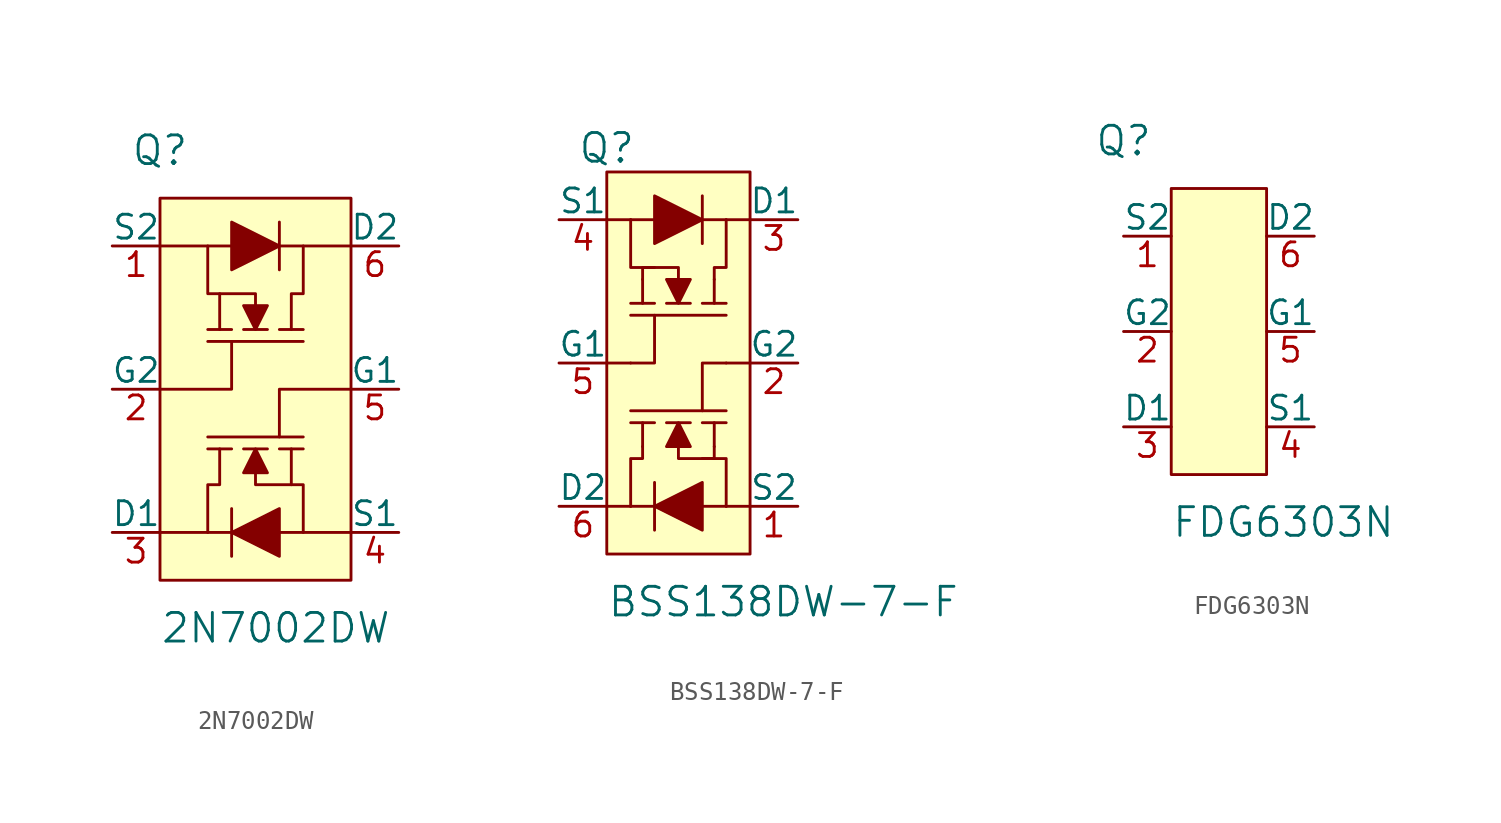
<source format=kicad_sym>
(kicad_symbol_lib
  (version 20211014)
  (generator kicad_symbol_editor)
  (symbol "2N7002DW"
    (pin_names
      (offset 0))
    (property "Reference" "Q"
      (at -5.08 10.16 0)
      (effects (font (size 1.524 1.524))))
    (property "Value" "2N7002DW"
      (at -5.08 -15.24 0)
      (effects (font (size 1.524 1.524)) (justify left)))
    (symbol "2N7002DW_0_1"
      (rectangle (start -5.08 7.62) (end 5.08 -12.7) (stroke (width 0) (type default) (color 0 0 0 0)) (fill (type background)))
      (polyline (pts (xy -2.54 -10.16) (xy -5.08 -10.16)) (stroke (width 0) (type default) (color 0 0 0 0)) (fill (type none)))
      (polyline (pts (xy -2.54 -5.08) (xy 2.54 -5.08)) (stroke (width 0) (type default) (color 0 0 0 0)) (fill (type none)))
      (polyline (pts (xy -2.54 5.08) (xy -5.08 5.08)) (stroke (width 0) (type default) (color 0 0 0 0)) (fill (type none)))
      (polyline (pts (xy -1.27 -11.43) (xy -1.27 -8.89)) (stroke (width 0) (type default) (color 0 0 0 0)) (fill (type none)))
      (polyline (pts (xy -1.27 -5.715) (xy -2.54 -5.715)) (stroke (width 0) (type default) (color 0 0 0 0)) (fill (type none)))
      (polyline (pts (xy -1.27 0.635) (xy -2.54 0.635)) (stroke (width 0) (type default) (color 0 0 0 0)) (fill (type none)))
      (polyline (pts (xy -0.635 0.635) (xy 0.635 0.635)) (stroke (width 0) (type default) (color 0 0 0 0)) (fill (type none)))
      (polyline (pts (xy 0.635 -5.715) (xy -0.635 -5.715)) (stroke (width 0) (type default) (color 0 0 0 0)) (fill (type none)))
      (polyline (pts (xy 1.27 -5.715) (xy 2.54 -5.715)) (stroke (width 0) (type default) (color 0 0 0 0)) (fill (type none)))
      (polyline (pts (xy 1.27 0.635) (xy 2.54 0.635)) (stroke (width 0) (type default) (color 0 0 0 0)) (fill (type none)))
      (polyline (pts (xy 1.27 6.35) (xy 1.27 3.81)) (stroke (width 0) (type default) (color 0 0 0 0)) (fill (type none)))
      (polyline (pts (xy 2.54 -10.16) (xy 5.08 -10.16)) (stroke (width 0) (type default) (color 0 0 0 0)) (fill (type none)))
      (polyline (pts (xy 2.54 0) (xy -2.54 0)) (stroke (width 0) (type default) (color 0 0 0 0)) (fill (type none)))
      (polyline (pts (xy 2.54 5.08) (xy 5.08 5.08)) (stroke (width 0) (type default) (color 0 0 0 0)) (fill (type none)))
      (polyline (pts (xy -1.27 0) (xy -1.27 -2.54) (xy -5.08 -2.54)) (stroke (width 0) (type default) (color 0 0 0 0)) (fill (type none)))
      (polyline (pts (xy 1.27 -5.08) (xy 1.27 -2.54) (xy 5.08 -2.54)) (stroke (width 0) (type default) (color 0 0 0 0)) (fill (type none)))
      (polyline (pts (xy -1.905 2.54) (xy -2.54 2.54) (xy -2.54 5.08) (xy -1.27 5.08)) (stroke (width 0) (type default) (color 0 0 0 0)) (fill (type none)))
      (polyline (pts (xy -1.27 6.35) (xy -1.27 3.81) (xy 1.27 5.08) (xy -1.27 6.35)) (stroke (width 0) (type default) (color 0 0 0 0)) (fill (type outline)))
      (polyline (pts (xy -0.635 1.905) (xy 0 0.635) (xy 0.635 1.905) (xy -0.635 1.905)) (stroke (width 0) (type default) (color 0 0 0 0)) (fill (type outline)))
      (polyline (pts (xy 0 -6.985) (xy 0 -7.62) (xy 1.905 -7.62) (xy 1.905 -5.715)) (stroke (width 0) (type default) (color 0 0 0 0)) (fill (type none)))
      (polyline (pts (xy 0 1.905) (xy 0 2.54) (xy -1.905 2.54) (xy -1.905 0.635)) (stroke (width 0) (type default) (color 0 0 0 0)) (fill (type none)))
      (polyline (pts (xy 0.635 -6.985) (xy 0 -5.715) (xy -0.635 -6.985) (xy 0.635 -6.985)) (stroke (width 0) (type default) (color 0 0 0 0)) (fill (type outline)))
      (polyline (pts (xy 1.27 -11.43) (xy 1.27 -8.89) (xy -1.27 -10.16) (xy 1.27 -11.43)) (stroke (width 0) (type default) (color 0 0 0 0)) (fill (type outline)))
      (polyline (pts (xy 1.905 -7.62) (xy 2.54 -7.62) (xy 2.54 -10.16) (xy 1.27 -10.16)) (stroke (width 0) (type default) (color 0 0 0 0)) (fill (type none)))
      (polyline (pts (xy -1.905 -5.715) (xy -1.905 -7.62) (xy -2.54 -7.62) (xy -2.54 -10.16) (xy -1.27 -10.16)) (stroke (width 0) (type default) (color 0 0 0 0)) (fill (type none)))
      (polyline (pts (xy 1.905 0.635) (xy 1.905 2.54) (xy 2.54 2.54) (xy 2.54 5.08) (xy 1.27 5.08)) (stroke (width 0) (type default) (color 0 0 0 0)) (fill (type none))))
    (symbol "2N7002DW_1_1"
      (pin input line (at -7.62 5.08 0) (length 2.54) (name "S2" (effects (font (size 1.27 1.27)))) (number "1" (effects (font (size 1.27 1.27)))))
      (pin input line (at -7.62 -2.54 0) (length 2.54) (name "G2" (effects (font (size 1.27 1.27)))) (number "2" (effects (font (size 1.27 1.27)))))
      (pin output line (at -7.62 -10.16 0) (length 2.54) (name "D1" (effects (font (size 1.27 1.27)))) (number "3" (effects (font (size 1.27 1.27)))))
      (pin input line (at 7.62 -10.16 180) (length 2.54) (name "S1" (effects (font (size 1.27 1.27)))) (number "4" (effects (font (size 1.27 1.27)))))
      (pin input line (at 7.62 -2.54 180) (length 2.54) (name "G1" (effects (font (size 1.27 1.27)))) (number "5" (effects (font (size 1.27 1.27)))))
      (pin output line (at 7.62 5.08 180) (length 2.54) (name "D2" (effects (font (size 1.27 1.27)))) (number "6" (effects (font (size 1.27 1.27)))))))
  (symbol "BSS138DW-7-F"
    (pin_names
      (offset 0))
    (property "Reference" "Q"
      (at -5.08 8.89 0)
      (effects (font (size 1.524 1.524))))
    (property "Value" "BSS138DW-7-F"
      (at -5.08 -15.24 0)
      (effects (font (size 1.524 1.524)) (justify left)))
    (symbol "BSS138DW-7-F_0_1"
      (rectangle (start -5.08 7.62) (end 2.54 -12.7) (stroke (width 0) (type default) (color 0 0 0 0)) (fill (type background)))
      (polyline (pts (xy -5.08 -2.54) (xy -3.81 -2.54)) (stroke (width 0) (type default) (color 0 0 0 0)) (fill (type none)))
      (polyline (pts (xy -3.81 -10.16) (xy -5.08 -10.16)) (stroke (width 0) (type default) (color 0 0 0 0)) (fill (type none)))
      (polyline (pts (xy -3.81 -5.08) (xy 1.27 -5.08)) (stroke (width 0) (type default) (color 0 0 0 0)) (fill (type none)))
      (polyline (pts (xy -3.81 5.08) (xy -5.08 5.08)) (stroke (width 0) (type default) (color 0 0 0 0)) (fill (type none)))
      (polyline (pts (xy -3.175 -5.715) (xy -3.175 -6.985)) (stroke (width 0) (type default) (color 0 0 0 0)) (fill (type none)))
      (polyline (pts (xy -3.175 1.905) (xy -3.175 0.635)) (stroke (width 0) (type default) (color 0 0 0 0)) (fill (type none)))
      (polyline (pts (xy -2.54 -11.43) (xy -2.54 -8.89)) (stroke (width 0) (type default) (color 0 0 0 0)) (fill (type none)))
      (polyline (pts (xy -2.54 -10.16) (xy -3.81 -10.16)) (stroke (width 0) (type default) (color 0 0 0 0)) (fill (type none)))
      (polyline (pts (xy -2.54 -5.715) (xy -3.81 -5.715)) (stroke (width 0) (type default) (color 0 0 0 0)) (fill (type none)))
      (polyline (pts (xy -2.54 0.635) (xy -3.81 0.635)) (stroke (width 0) (type default) (color 0 0 0 0)) (fill (type none)))
      (polyline (pts (xy -2.54 5.08) (xy -3.81 5.08)) (stroke (width 0) (type default) (color 0 0 0 0)) (fill (type none)))
      (polyline (pts (xy -1.905 0.635) (xy -0.635 0.635)) (stroke (width 0) (type default) (color 0 0 0 0)) (fill (type none)))
      (polyline (pts (xy -0.635 -5.715) (xy -1.905 -5.715)) (stroke (width 0) (type default) (color 0 0 0 0)) (fill (type none)))
      (polyline (pts (xy 0 -10.16) (xy 1.27 -10.16)) (stroke (width 0) (type default) (color 0 0 0 0)) (fill (type none)))
      (polyline (pts (xy 0 -5.715) (xy 1.27 -5.715)) (stroke (width 0) (type default) (color 0 0 0 0)) (fill (type none)))
      (polyline (pts (xy 0 0.635) (xy 1.27 0.635)) (stroke (width 0) (type default) (color 0 0 0 0)) (fill (type none)))
      (polyline (pts (xy 0 5.08) (xy 1.27 5.08)) (stroke (width 0) (type default) (color 0 0 0 0)) (fill (type none)))
      (polyline (pts (xy 0 6.35) (xy 0 3.81)) (stroke (width 0) (type default) (color 0 0 0 0)) (fill (type none)))
      (polyline (pts (xy 0.635 -6.985) (xy 0.635 -5.715)) (stroke (width 0) (type default) (color 0 0 0 0)) (fill (type none)))
      (polyline (pts (xy 0.635 0.635) (xy 0.635 1.905)) (stroke (width 0) (type default) (color 0 0 0 0)) (fill (type none)))
      (polyline (pts (xy 1.27 -2.54) (xy 2.54 -2.54)) (stroke (width 0) (type default) (color 0 0 0 0)) (fill (type none)))
      (polyline (pts (xy 1.27 0) (xy -3.81 0)) (stroke (width 0) (type default) (color 0 0 0 0)) (fill (type none)))
      (polyline (pts (xy 2.54 -10.16) (xy 1.27 -10.16)) (stroke (width 0) (type default) (color 0 0 0 0)) (fill (type none)))
      (polyline (pts (xy 2.54 5.08) (xy 1.27 5.08)) (stroke (width 0) (type default) (color 0 0 0 0)) (fill (type none)))
      (polyline (pts (xy -3.81 5.08) (xy -3.81 2.54) (xy -2.54 2.54)) (stroke (width 0) (type default) (color 0 0 0 0)) (fill (type none)))
      (polyline (pts (xy -2.54 0) (xy -2.54 -2.54) (xy -3.81 -2.54)) (stroke (width 0) (type default) (color 0 0 0 0)) (fill (type none)))
      (polyline (pts (xy 1.27 -10.16) (xy 1.27 -7.62) (xy 0 -7.62)) (stroke (width 0) (type default) (color 0 0 0 0)) (fill (type none)))
      (polyline (pts (xy 1.27 -2.54) (xy 0 -2.54) (xy 0 -5.08)) (stroke (width 0) (type default) (color 0 0 0 0)) (fill (type none)))
      (polyline (pts (xy -3.175 -6.985) (xy -3.175 -7.62) (xy -3.81 -7.62) (xy -3.81 -10.16)) (stroke (width 0) (type default) (color 0 0 0 0)) (fill (type none)))
      (polyline (pts (xy -2.54 6.35) (xy -2.54 3.81) (xy 0 5.08) (xy -2.54 6.35)) (stroke (width 0) (type default) (color 0 0 0 0)) (fill (type outline)))
      (polyline (pts (xy -1.905 1.905) (xy -1.27 0.635) (xy -0.635 1.905) (xy -1.905 1.905)) (stroke (width 0) (type default) (color 0 0 0 0)) (fill (type outline)))
      (polyline (pts (xy -1.27 -6.985) (xy -1.27 -7.62) (xy 0.635 -7.62) (xy 0.635 -6.985)) (stroke (width 0) (type default) (color 0 0 0 0)) (fill (type none)))
      (polyline (pts (xy -1.27 1.905) (xy -1.27 2.54) (xy -3.175 2.54) (xy -3.175 1.905)) (stroke (width 0) (type default) (color 0 0 0 0)) (fill (type none)))
      (polyline (pts (xy -0.635 -6.985) (xy -1.27 -5.715) (xy -1.905 -6.985) (xy -0.635 -6.985)) (stroke (width 0) (type default) (color 0 0 0 0)) (fill (type outline)))
      (polyline (pts (xy 0 -11.43) (xy 0 -8.89) (xy -2.54 -10.16) (xy 0 -11.43)) (stroke (width 0) (type default) (color 0 0 0 0)) (fill (type outline)))
      (polyline (pts (xy 0.635 1.905) (xy 0.635 2.54) (xy 1.27 2.54) (xy 1.27 5.08)) (stroke (width 0) (type default) (color 0 0 0 0)) (fill (type none))))
    (symbol "BSS138DW-7-F_1_1"
      (pin input line (at 5.08 -10.16 180) (length 2.54) (name "S2" (effects (font (size 1.27 1.27)))) (number "1" (effects (font (size 1.27 1.27)))))
      (pin input line (at 5.08 -2.54 180) (length 2.54) (name "G2" (effects (font (size 1.27 1.27)))) (number "2" (effects (font (size 1.27 1.27)))))
      (pin output line (at 5.08 5.08 180) (length 2.54) (name "D1" (effects (font (size 1.27 1.27)))) (number "3" (effects (font (size 1.27 1.27)))))
      (pin input line (at -7.62 5.08 0) (length 2.54) (name "S1" (effects (font (size 1.27 1.27)))) (number "4" (effects (font (size 1.27 1.27)))))
      (pin input line (at -7.62 -2.54 0) (length 2.54) (name "G1" (effects (font (size 1.27 1.27)))) (number "5" (effects (font (size 1.27 1.27)))))
      (pin output line (at -7.62 -10.16 0) (length 2.54) (name "D2" (effects (font (size 1.27 1.27)))) (number "6" (effects (font (size 1.27 1.27)))))))
  (symbol "FDG6303N"
    (pin_names
      (offset 0))
    (property "Reference" "Q"
      (at -5.08 10.16 0)
      (effects (font (size 1.524 1.524))))
    (property "Value" "FDG6303N"
      (at -2.54 -10.16 0)
      (effects (font (size 1.524 1.524)) (justify left)))
    (symbol "FDG6303N_0_1"
      (rectangle (start -2.54 7.62) (end 2.54 -7.62) (stroke (width 0) (type default) (color 0 0 0 0)) (fill (type background))))
    (symbol "FDG6303N_1_1"
      (pin input line (at -5.08 5.08 0) (length 2.54) (name "S2" (effects (font (size 1.27 1.27)))) (number "1" (effects (font (size 1.27 1.27)))))
      (pin input line (at -5.08 0 0) (length 2.54) (name "G2" (effects (font (size 1.27 1.27)))) (number "2" (effects (font (size 1.27 1.27)))))
      (pin output line (at -5.08 -5.08 0) (length 2.54) (name "D1" (effects (font (size 1.27 1.27)))) (number "3" (effects (font (size 1.27 1.27)))))
      (pin input line (at 5.08 -5.08 180) (length 2.54) (name "S1" (effects (font (size 1.27 1.27)))) (number "4" (effects (font (size 1.27 1.27)))))
      (pin input line (at 5.08 0 180) (length 2.54) (name "G1" (effects (font (size 1.27 1.27)))) (number "5" (effects (font (size 1.27 1.27)))))
      (pin output line (at 5.08 5.08 180) (length 2.54) (name "D2" (effects (font (size 1.27 1.27)))) (number "6" (effects (font (size 1.27 1.27))))))))
</source>
